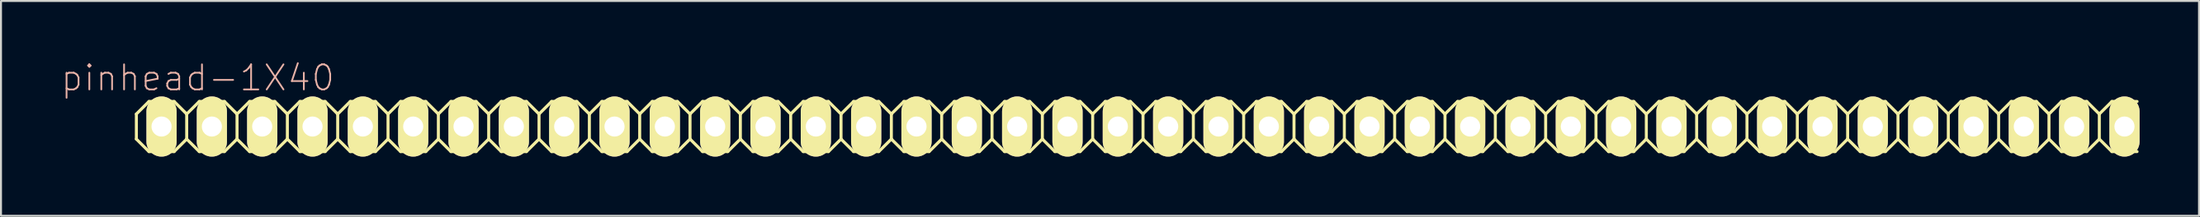
<source format=kicad_pcb>
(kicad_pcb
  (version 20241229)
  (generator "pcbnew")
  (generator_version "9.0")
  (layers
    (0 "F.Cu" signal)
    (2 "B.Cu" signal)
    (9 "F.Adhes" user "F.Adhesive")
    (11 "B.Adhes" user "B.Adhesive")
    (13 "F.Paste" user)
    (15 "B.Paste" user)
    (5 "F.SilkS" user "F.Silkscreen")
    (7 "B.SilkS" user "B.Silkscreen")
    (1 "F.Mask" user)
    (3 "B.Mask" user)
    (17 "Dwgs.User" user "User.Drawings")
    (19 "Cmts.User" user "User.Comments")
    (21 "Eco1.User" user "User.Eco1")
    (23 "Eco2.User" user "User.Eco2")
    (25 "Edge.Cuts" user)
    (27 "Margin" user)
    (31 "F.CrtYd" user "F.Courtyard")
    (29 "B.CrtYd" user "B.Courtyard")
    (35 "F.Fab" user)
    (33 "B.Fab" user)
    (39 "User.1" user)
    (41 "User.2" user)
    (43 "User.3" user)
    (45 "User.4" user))
  (footprint "pinhead-1X40"
    (layer "F.Cu")
    (at 54.632 3.363)
    (property "Reference" "pinhead-1X40" (at -47.701 -2.464 0) (layer "B.SilkS") (effects (font (size 1.27 1.27) (thickness 0.089))))
    (attr exclude_from_pos_files exclude_from_bom)
    (fp_line (start -50.8 -0.635) (end -50.8 0.635) (stroke (width 0.152) (type solid)) (layer "F.SilkS"))
    (fp_line (start -50.8 0.635) (end -50.165 1.27) (stroke (width 0.152) (type solid)) (layer "F.SilkS"))
    (fp_line (start -50.165 -1.27) (end -50.8 -0.635) (stroke (width 0.152) (type solid)) (layer "F.SilkS"))
    (fp_line (start -50.165 -1.27) (end -48.895 -1.27) (stroke (width 0.152) (type solid)) (layer "F.SilkS"))
    (fp_line (start -49.784 -0.254) (end -49.276 -0.254) (stroke (width 0.066) (type solid)) (layer "F.SilkS"))
    (fp_line (start -49.784 0.254) (end -49.784 -0.254) (stroke (width 0.066) (type solid)) (layer "F.SilkS"))
    (fp_line (start -49.784 0.254) (end -49.276 0.254) (stroke (width 0.066) (type solid)) (layer "F.SilkS"))
    (fp_line (start -49.276 0.254) (end -49.276 -0.254) (stroke (width 0.066) (type solid)) (layer "F.SilkS"))
    (fp_line (start -48.895 -1.27) (end -48.26 -0.635) (stroke (width 0.152) (type solid)) (layer "F.SilkS"))
    (fp_line (start -48.895 1.27) (end -50.165 1.27) (stroke (width 0.152) (type solid)) (layer "F.SilkS"))
    (fp_line (start -48.26 -0.635) (end -48.26 0.635) (stroke (width 0.152) (type solid)) (layer "F.SilkS"))
    (fp_line (start -48.26 -0.635) (end -47.625 -1.27) (stroke (width 0.152) (type solid)) (layer "F.SilkS"))
    (fp_line (start -48.26 0.635) (end -48.895 1.27) (stroke (width 0.152) (type solid)) (layer "F.SilkS"))
    (fp_line (start -47.625 -1.27) (end -46.355 -1.27) (stroke (width 0.152) (type solid)) (layer "F.SilkS"))
    (fp_line (start -47.625 1.27) (end -48.26 0.635) (stroke (width 0.152) (type solid)) (layer "F.SilkS"))
    (fp_line (start -47.244 -0.254) (end -46.736 -0.254) (stroke (width 0.066) (type solid)) (layer "F.SilkS"))
    (fp_line (start -47.244 0.254) (end -47.244 -0.254) (stroke (width 0.066) (type solid)) (layer "F.SilkS"))
    (fp_line (start -47.244 0.254) (end -46.736 0.254) (stroke (width 0.066) (type solid)) (layer "F.SilkS"))
    (fp_line (start -46.736 0.254) (end -46.736 -0.254) (stroke (width 0.066) (type solid)) (layer "F.SilkS"))
    (fp_line (start -46.355 -1.27) (end -45.72 -0.635) (stroke (width 0.152) (type solid)) (layer "F.SilkS"))
    (fp_line (start -46.355 1.27) (end -47.625 1.27) (stroke (width 0.152) (type solid)) (layer "F.SilkS"))
    (fp_line (start -45.72 -0.635) (end -45.72 0.635) (stroke (width 0.152) (type solid)) (layer "F.SilkS"))
    (fp_line (start -45.72 -0.635) (end -45.085 -1.27) (stroke (width 0.152) (type solid)) (layer "F.SilkS"))
    (fp_line (start -45.72 0.635) (end -46.355 1.27) (stroke (width 0.152) (type solid)) (layer "F.SilkS"))
    (fp_line (start -45.085 -1.27) (end -43.815 -1.27) (stroke (width 0.152) (type solid)) (layer "F.SilkS"))
    (fp_line (start -45.085 1.27) (end -45.72 0.635) (stroke (width 0.152) (type solid)) (layer "F.SilkS"))
    (fp_line (start -44.704 -0.254) (end -44.196 -0.254) (stroke (width 0.066) (type solid)) (layer "F.SilkS"))
    (fp_line (start -44.704 0.254) (end -44.704 -0.254) (stroke (width 0.066) (type solid)) (layer "F.SilkS"))
    (fp_line (start -44.704 0.254) (end -44.196 0.254) (stroke (width 0.066) (type solid)) (layer "F.SilkS"))
    (fp_line (start -44.196 0.254) (end -44.196 -0.254) (stroke (width 0.066) (type solid)) (layer "F.SilkS"))
    (fp_line (start -43.815 -1.27) (end -43.18 -0.635) (stroke (width 0.152) (type solid)) (layer "F.SilkS"))
    (fp_line (start -43.815 1.27) (end -45.085 1.27) (stroke (width 0.152) (type solid)) (layer "F.SilkS"))
    (fp_line (start -43.18 -0.635) (end -43.18 0.635) (stroke (width 0.152) (type solid)) (layer "F.SilkS"))
    (fp_line (start -43.18 0.635) (end -43.815 1.27) (stroke (width 0.152) (type solid)) (layer "F.SilkS"))
    (fp_line (start -43.18 0.635) (end -42.545 1.27) (stroke (width 0.152) (type solid)) (layer "F.SilkS"))
    (fp_line (start -42.545 -1.27) (end -43.18 -0.635) (stroke (width 0.152) (type solid)) (layer "F.SilkS"))
    (fp_line (start -42.545 -1.27) (end -41.275 -1.27) (stroke (width 0.152) (type solid)) (layer "F.SilkS"))
    (fp_line (start -42.164 -0.254) (end -41.656 -0.254) (stroke (width 0.066) (type solid)) (layer "F.SilkS"))
    (fp_line (start -42.164 0.254) (end -42.164 -0.254) (stroke (width 0.066) (type solid)) (layer "F.SilkS"))
    (fp_line (start -42.164 0.254) (end -41.656 0.254) (stroke (width 0.066) (type solid)) (layer "F.SilkS"))
    (fp_line (start -41.656 0.254) (end -41.656 -0.254) (stroke (width 0.066) (type solid)) (layer "F.SilkS"))
    (fp_line (start -41.275 -1.27) (end -40.64 -0.635) (stroke (width 0.152) (type solid)) (layer "F.SilkS"))
    (fp_line (start -41.275 1.27) (end -42.545 1.27) (stroke (width 0.152) (type solid)) (layer "F.SilkS"))
    (fp_line (start -40.64 -0.635) (end -40.64 0.635) (stroke (width 0.152) (type solid)) (layer "F.SilkS"))
    (fp_line (start -40.64 -0.635) (end -40.005 -1.27) (stroke (width 0.152) (type solid)) (layer "F.SilkS"))
    (fp_line (start -40.64 0.635) (end -41.275 1.27) (stroke (width 0.152) (type solid)) (layer "F.SilkS"))
    (fp_line (start -40.005 -1.27) (end -38.735 -1.27) (stroke (width 0.152) (type solid)) (layer "F.SilkS"))
    (fp_line (start -40.005 1.27) (end -40.64 0.635) (stroke (width 0.152) (type solid)) (layer "F.SilkS"))
    (fp_line (start -39.624 -0.254) (end -39.116 -0.254) (stroke (width 0.066) (type solid)) (layer "F.SilkS"))
    (fp_line (start -39.624 0.254) (end -39.624 -0.254) (stroke (width 0.066) (type solid)) (layer "F.SilkS"))
    (fp_line (start -39.624 0.254) (end -39.116 0.254) (stroke (width 0.066) (type solid)) (layer "F.SilkS"))
    (fp_line (start -39.116 0.254) (end -39.116 -0.254) (stroke (width 0.066) (type solid)) (layer "F.SilkS"))
    (fp_line (start -38.735 -1.27) (end -38.1 -0.635) (stroke (width 0.152) (type solid)) (layer "F.SilkS"))
    (fp_line (start -38.735 1.27) (end -40.005 1.27) (stroke (width 0.152) (type solid)) (layer "F.SilkS"))
    (fp_line (start -38.1 -0.635) (end -38.1 0.635) (stroke (width 0.152) (type solid)) (layer "F.SilkS"))
    (fp_line (start -38.1 -0.635) (end -37.465 -1.27) (stroke (width 0.152) (type solid)) (layer "F.SilkS"))
    (fp_line (start -38.1 0.635) (end -38.735 1.27) (stroke (width 0.152) (type solid)) (layer "F.SilkS"))
    (fp_line (start -37.465 -1.27) (end -36.195 -1.27) (stroke (width 0.152) (type solid)) (layer "F.SilkS"))
    (fp_line (start -37.465 1.27) (end -38.1 0.635) (stroke (width 0.152) (type solid)) (layer "F.SilkS"))
    (fp_line (start -37.084 -0.254) (end -36.576 -0.254) (stroke (width 0.066) (type solid)) (layer "F.SilkS"))
    (fp_line (start -37.084 0.254) (end -37.084 -0.254) (stroke (width 0.066) (type solid)) (layer "F.SilkS"))
    (fp_line (start -37.084 0.254) (end -36.576 0.254) (stroke (width 0.066) (type solid)) (layer "F.SilkS"))
    (fp_line (start -36.576 0.254) (end -36.576 -0.254) (stroke (width 0.066) (type solid)) (layer "F.SilkS"))
    (fp_line (start -36.195 -1.27) (end -35.56 -0.635) (stroke (width 0.152) (type solid)) (layer "F.SilkS"))
    (fp_line (start -36.195 1.27) (end -37.465 1.27) (stroke (width 0.152) (type solid)) (layer "F.SilkS"))
    (fp_line (start -35.56 -0.635) (end -35.56 0.635) (stroke (width 0.152) (type solid)) (layer "F.SilkS"))
    (fp_line (start -35.56 0.635) (end -36.195 1.27) (stroke (width 0.152) (type solid)) (layer "F.SilkS"))
    (fp_line (start -35.56 0.635) (end -34.925 1.27) (stroke (width 0.152) (type solid)) (layer "F.SilkS"))
    (fp_line (start -34.925 -1.27) (end -35.56 -0.635) (stroke (width 0.152) (type solid)) (layer "F.SilkS"))
    (fp_line (start -34.925 -1.27) (end -33.655 -1.27) (stroke (width 0.152) (type solid)) (layer "F.SilkS"))
    (fp_line (start -34.544 -0.254) (end -34.036 -0.254) (stroke (width 0.066) (type solid)) (layer "F.SilkS"))
    (fp_line (start -34.544 0.254) (end -34.544 -0.254) (stroke (width 0.066) (type solid)) (layer "F.SilkS"))
    (fp_line (start -34.544 0.254) (end -34.036 0.254) (stroke (width 0.066) (type solid)) (layer "F.SilkS"))
    (fp_line (start -34.036 0.254) (end -34.036 -0.254) (stroke (width 0.066) (type solid)) (layer "F.SilkS"))
    (fp_line (start -33.655 -1.27) (end -33.02 -0.635) (stroke (width 0.152) (type solid)) (layer "F.SilkS"))
    (fp_line (start -33.655 1.27) (end -34.925 1.27) (stroke (width 0.152) (type solid)) (layer "F.SilkS"))
    (fp_line (start -33.02 -0.635) (end -33.02 0.635) (stroke (width 0.152) (type solid)) (layer "F.SilkS"))
    (fp_line (start -33.02 -0.635) (end -32.385 -1.27) (stroke (width 0.152) (type solid)) (layer "F.SilkS"))
    (fp_line (start -33.02 0.635) (end -33.655 1.27) (stroke (width 0.152) (type solid)) (layer "F.SilkS"))
    (fp_line (start -32.385 -1.27) (end -31.115 -1.27) (stroke (width 0.152) (type solid)) (layer "F.SilkS"))
    (fp_line (start -32.385 1.27) (end -33.02 0.635) (stroke (width 0.152) (type solid)) (layer "F.SilkS"))
    (fp_line (start -32.004 -0.254) (end -31.496 -0.254) (stroke (width 0.066) (type solid)) (layer "F.SilkS"))
    (fp_line (start -32.004 0.254) (end -32.004 -0.254) (stroke (width 0.066) (type solid)) (layer "F.SilkS"))
    (fp_line (start -32.004 0.254) (end -31.496 0.254) (stroke (width 0.066) (type solid)) (layer "F.SilkS"))
    (fp_line (start -31.496 0.254) (end -31.496 -0.254) (stroke (width 0.066) (type solid)) (layer "F.SilkS"))
    (fp_line (start -31.115 -1.27) (end -30.48 -0.635) (stroke (width 0.152) (type solid)) (layer "F.SilkS"))
    (fp_line (start -31.115 1.27) (end -32.385 1.27) (stroke (width 0.152) (type solid)) (layer "F.SilkS"))
    (fp_line (start -30.48 -0.635) (end -30.48 0.635) (stroke (width 0.152) (type solid)) (layer "F.SilkS"))
    (fp_line (start -30.48 -0.635) (end -29.845 -1.27) (stroke (width 0.152) (type solid)) (layer "F.SilkS"))
    (fp_line (start -30.48 0.635) (end -31.115 1.27) (stroke (width 0.152) (type solid)) (layer "F.SilkS"))
    (fp_line (start -29.845 -1.27) (end -28.575 -1.27) (stroke (width 0.152) (type solid)) (layer "F.SilkS"))
    (fp_line (start -29.845 1.27) (end -30.48 0.635) (stroke (width 0.152) (type solid)) (layer "F.SilkS"))
    (fp_line (start -29.464 -0.254) (end -28.953 -0.254) (stroke (width 0.066) (type solid)) (layer "F.SilkS"))
    (fp_line (start -29.464 0.254) (end -29.464 -0.254) (stroke (width 0.066) (type solid)) (layer "F.SilkS"))
    (fp_line (start -29.464 0.254) (end -28.953 0.254) (stroke (width 0.066) (type solid)) (layer "F.SilkS"))
    (fp_line (start -28.953 0.254) (end -28.953 -0.254) (stroke (width 0.066) (type solid)) (layer "F.SilkS"))
    (fp_line (start -28.575 -1.27) (end -27.94 -0.635) (stroke (width 0.152) (type solid)) (layer "F.SilkS"))
    (fp_line (start -28.575 1.27) (end -29.845 1.27) (stroke (width 0.152) (type solid)) (layer "F.SilkS"))
    (fp_line (start -27.94 -0.635) (end -27.94 0.635) (stroke (width 0.152) (type solid)) (layer "F.SilkS"))
    (fp_line (start -27.94 0.635) (end -28.575 1.27) (stroke (width 0.152) (type solid)) (layer "F.SilkS"))
    (fp_line (start -27.94 0.635) (end -27.305 1.27) (stroke (width 0.152) (type solid)) (layer "F.SilkS"))
    (fp_line (start -27.305 -1.27) (end -27.94 -0.635) (stroke (width 0.152) (type solid)) (layer "F.SilkS"))
    (fp_line (start -27.305 -1.27) (end -26.035 -1.27) (stroke (width 0.152) (type solid)) (layer "F.SilkS"))
    (fp_line (start -26.924 -0.254) (end -26.416 -0.254) (stroke (width 0.066) (type solid)) (layer "F.SilkS"))
    (fp_line (start -26.924 0.254) (end -26.924 -0.254) (stroke (width 0.066) (type solid)) (layer "F.SilkS"))
    (fp_line (start -26.924 0.254) (end -26.416 0.254) (stroke (width 0.066) (type solid)) (layer "F.SilkS"))
    (fp_line (start -26.416 0.254) (end -26.416 -0.254) (stroke (width 0.066) (type solid)) (layer "F.SilkS"))
    (fp_line (start -26.035 -1.27) (end -25.4 -0.635) (stroke (width 0.152) (type solid)) (layer "F.SilkS"))
    (fp_line (start -26.035 1.27) (end -27.305 1.27) (stroke (width 0.152) (type solid)) (layer "F.SilkS"))
    (fp_line (start -25.4 -0.635) (end -25.4 0.635) (stroke (width 0.152) (type solid)) (layer "F.SilkS"))
    (fp_line (start -25.4 -0.635) (end -24.765 -1.27) (stroke (width 0.152) (type solid)) (layer "F.SilkS"))
    (fp_line (start -25.4 0.635) (end -26.035 1.27) (stroke (width 0.152) (type solid)) (layer "F.SilkS"))
    (fp_line (start -24.765 -1.27) (end -23.495 -1.27) (stroke (width 0.152) (type solid)) (layer "F.SilkS"))
    (fp_line (start -24.765 1.27) (end -25.4 0.635) (stroke (width 0.152) (type solid)) (layer "F.SilkS"))
    (fp_line (start -24.384 -0.254) (end -23.876 -0.254) (stroke (width 0.066) (type solid)) (layer "F.SilkS"))
    (fp_line (start -24.384 0.254) (end -24.384 -0.254) (stroke (width 0.066) (type solid)) (layer "F.SilkS"))
    (fp_line (start -24.384 0.254) (end -23.876 0.254) (stroke (width 0.066) (type solid)) (layer "F.SilkS"))
    (fp_line (start -23.876 0.254) (end -23.876 -0.254) (stroke (width 0.066) (type solid)) (layer "F.SilkS"))
    (fp_line (start -23.495 -1.27) (end -22.86 -0.635) (stroke (width 0.152) (type solid)) (layer "F.SilkS"))
    (fp_line (start -23.495 1.27) (end -24.765 1.27) (stroke (width 0.152) (type solid)) (layer "F.SilkS"))
    (fp_line (start -22.86 -0.635) (end -22.86 0.635) (stroke (width 0.152) (type solid)) (layer "F.SilkS"))
    (fp_line (start -22.86 -0.635) (end -22.225 -1.27) (stroke (width 0.152) (type solid)) (layer "F.SilkS"))
    (fp_line (start -22.86 0.635) (end -23.495 1.27) (stroke (width 0.152) (type solid)) (layer "F.SilkS"))
    (fp_line (start -22.225 -1.27) (end -20.955 -1.27) (stroke (width 0.152) (type solid)) (layer "F.SilkS"))
    (fp_line (start -22.225 1.27) (end -22.86 0.635) (stroke (width 0.152) (type solid)) (layer "F.SilkS"))
    (fp_line (start -21.844 -0.254) (end -21.336 -0.254) (stroke (width 0.066) (type solid)) (layer "F.SilkS"))
    (fp_line (start -21.844 0.254) (end -21.844 -0.254) (stroke (width 0.066) (type solid)) (layer "F.SilkS"))
    (fp_line (start -21.844 0.254) (end -21.336 0.254) (stroke (width 0.066) (type solid)) (layer "F.SilkS"))
    (fp_line (start -21.336 0.254) (end -21.336 -0.254) (stroke (width 0.066) (type solid)) (layer "F.SilkS"))
    (fp_line (start -20.955 -1.27) (end -20.32 -0.635) (stroke (width 0.152) (type solid)) (layer "F.SilkS"))
    (fp_line (start -20.955 1.27) (end -22.225 1.27) (stroke (width 0.152) (type solid)) (layer "F.SilkS"))
    (fp_line (start -20.32 -0.635) (end -20.32 0.635) (stroke (width 0.152) (type solid)) (layer "F.SilkS"))
    (fp_line (start -20.32 0.635) (end -20.955 1.27) (stroke (width 0.152) (type solid)) (layer "F.SilkS"))
    (fp_line (start -20.32 0.635) (end -19.685 1.27) (stroke (width 0.152) (type solid)) (layer "F.SilkS"))
    (fp_line (start -19.685 -1.27) (end -20.32 -0.635) (stroke (width 0.152) (type solid)) (layer "F.SilkS"))
    (fp_line (start -19.685 -1.27) (end -18.415 -1.27) (stroke (width 0.152) (type solid)) (layer "F.SilkS"))
    (fp_line (start -19.304 -0.254) (end -18.796 -0.254) (stroke (width 0.066) (type solid)) (layer "F.SilkS"))
    (fp_line (start -19.304 0.254) (end -19.304 -0.254) (stroke (width 0.066) (type solid)) (layer "F.SilkS"))
    (fp_line (start -19.304 0.254) (end -18.796 0.254) (stroke (width 0.066) (type solid)) (layer "F.SilkS"))
    (fp_line (start -18.796 0.254) (end -18.796 -0.254) (stroke (width 0.066) (type solid)) (layer "F.SilkS"))
    (fp_line (start -18.415 -1.27) (end -17.78 -0.635) (stroke (width 0.152) (type solid)) (layer "F.SilkS"))
    (fp_line (start -18.415 1.27) (end -19.685 1.27) (stroke (width 0.152) (type solid)) (layer "F.SilkS"))
    (fp_line (start -17.78 -0.635) (end -17.78 0.635) (stroke (width 0.152) (type solid)) (layer "F.SilkS"))
    (fp_line (start -17.78 -0.635) (end -17.145 -1.27) (stroke (width 0.152) (type solid)) (layer "F.SilkS"))
    (fp_line (start -17.78 0.635) (end -18.415 1.27) (stroke (width 0.152) (type solid)) (layer "F.SilkS"))
    (fp_line (start -17.145 -1.27) (end -15.875 -1.27) (stroke (width 0.152) (type solid)) (layer "F.SilkS"))
    (fp_line (start -17.145 1.27) (end -17.78 0.635) (stroke (width 0.152) (type solid)) (layer "F.SilkS"))
    (fp_line (start -16.764 -0.254) (end -16.256 -0.254) (stroke (width 0.066) (type solid)) (layer "F.SilkS"))
    (fp_line (start -16.764 0.254) (end -16.764 -0.254) (stroke (width 0.066) (type solid)) (layer "F.SilkS"))
    (fp_line (start -16.764 0.254) (end -16.256 0.254) (stroke (width 0.066) (type solid)) (layer "F.SilkS"))
    (fp_line (start -16.256 0.254) (end -16.256 -0.254) (stroke (width 0.066) (type solid)) (layer "F.SilkS"))
    (fp_line (start -15.875 -1.27) (end -15.24 -0.635) (stroke (width 0.152) (type solid)) (layer "F.SilkS"))
    (fp_line (start -15.875 1.27) (end -17.145 1.27) (stroke (width 0.152) (type solid)) (layer "F.SilkS"))
    (fp_line (start -15.24 -0.635) (end -15.24 0.635) (stroke (width 0.152) (type solid)) (layer "F.SilkS"))
    (fp_line (start -15.24 -0.635) (end -14.605 -1.27) (stroke (width 0.152) (type solid)) (layer "F.SilkS"))
    (fp_line (start -15.24 0.635) (end -15.875 1.27) (stroke (width 0.152) (type solid)) (layer "F.SilkS"))
    (fp_line (start -14.605 -1.27) (end -13.335 -1.27) (stroke (width 0.152) (type solid)) (layer "F.SilkS"))
    (fp_line (start -14.605 1.27) (end -15.24 0.635) (stroke (width 0.152) (type solid)) (layer "F.SilkS"))
    (fp_line (start -14.224 -0.254) (end -13.716 -0.254) (stroke (width 0.066) (type solid)) (layer "F.SilkS"))
    (fp_line (start -14.224 0.254) (end -14.224 -0.254) (stroke (width 0.066) (type solid)) (layer "F.SilkS"))
    (fp_line (start -14.224 0.254) (end -13.716 0.254) (stroke (width 0.066) (type solid)) (layer "F.SilkS"))
    (fp_line (start -13.716 0.254) (end -13.716 -0.254) (stroke (width 0.066) (type solid)) (layer "F.SilkS"))
    (fp_line (start -13.335 -1.27) (end -12.7 -0.635) (stroke (width 0.152) (type solid)) (layer "F.SilkS"))
    (fp_line (start -13.335 1.27) (end -14.605 1.27) (stroke (width 0.152) (type solid)) (layer "F.SilkS"))
    (fp_line (start -12.7 -0.635) (end -12.7 0.635) (stroke (width 0.152) (type solid)) (layer "F.SilkS"))
    (fp_line (start -12.7 0.635) (end -13.335 1.27) (stroke (width 0.152) (type solid)) (layer "F.SilkS"))
    (fp_line (start -12.7 0.635) (end -12.065 1.27) (stroke (width 0.152) (type solid)) (layer "F.SilkS"))
    (fp_line (start -12.065 -1.27) (end -12.7 -0.635) (stroke (width 0.152) (type solid)) (layer "F.SilkS"))
    (fp_line (start -12.065 -1.27) (end -10.795 -1.27) (stroke (width 0.152) (type solid)) (layer "F.SilkS"))
    (fp_line (start -11.684 -0.254) (end -11.176 -0.254) (stroke (width 0.066) (type solid)) (layer "F.SilkS"))
    (fp_line (start -11.684 0.254) (end -11.684 -0.254) (stroke (width 0.066) (type solid)) (layer "F.SilkS"))
    (fp_line (start -11.684 0.254) (end -11.176 0.254) (stroke (width 0.066) (type solid)) (layer "F.SilkS"))
    (fp_line (start -11.176 0.254) (end -11.176 -0.254) (stroke (width 0.066) (type solid)) (layer "F.SilkS"))
    (fp_line (start -10.795 -1.27) (end -10.16 -0.635) (stroke (width 0.152) (type solid)) (layer "F.SilkS"))
    (fp_line (start -10.795 1.27) (end -12.065 1.27) (stroke (width 0.152) (type solid)) (layer "F.SilkS"))
    (fp_line (start -10.16 -0.635) (end -10.16 0.635) (stroke (width 0.152) (type solid)) (layer "F.SilkS"))
    (fp_line (start -10.16 -0.635) (end -9.525 -1.27) (stroke (width 0.152) (type solid)) (layer "F.SilkS"))
    (fp_line (start -10.16 0.635) (end -10.795 1.27) (stroke (width 0.152) (type solid)) (layer "F.SilkS"))
    (fp_line (start -9.525 -1.27) (end -8.255 -1.27) (stroke (width 0.152) (type solid)) (layer "F.SilkS"))
    (fp_line (start -9.525 1.27) (end -10.16 0.635) (stroke (width 0.152) (type solid)) (layer "F.SilkS"))
    (fp_line (start -9.144 -0.254) (end -8.636 -0.254) (stroke (width 0.066) (type solid)) (layer "F.SilkS"))
    (fp_line (start -9.144 0.254) (end -9.144 -0.254) (stroke (width 0.066) (type solid)) (layer "F.SilkS"))
    (fp_line (start -9.144 0.254) (end -8.636 0.254) (stroke (width 0.066) (type solid)) (layer "F.SilkS"))
    (fp_line (start -8.636 0.254) (end -8.636 -0.254) (stroke (width 0.066) (type solid)) (layer "F.SilkS"))
    (fp_line (start -8.255 -1.27) (end -7.62 -0.635) (stroke (width 0.152) (type solid)) (layer "F.SilkS"))
    (fp_line (start -8.255 1.27) (end -9.525 1.27) (stroke (width 0.152) (type solid)) (layer "F.SilkS"))
    (fp_line (start -7.62 -0.635) (end -7.62 0.635) (stroke (width 0.152) (type solid)) (layer "F.SilkS"))
    (fp_line (start -7.62 -0.635) (end -6.985 -1.27) (stroke (width 0.152) (type solid)) (layer "F.SilkS"))
    (fp_line (start -7.62 0.635) (end -8.255 1.27) (stroke (width 0.152) (type solid)) (layer "F.SilkS"))
    (fp_line (start -6.985 -1.27) (end -5.715 -1.27) (stroke (width 0.152) (type solid)) (layer "F.SilkS"))
    (fp_line (start -6.985 1.27) (end -7.62 0.635) (stroke (width 0.152) (type solid)) (layer "F.SilkS"))
    (fp_line (start -6.604 -0.254) (end -6.096 -0.254) (stroke (width 0.066) (type solid)) (layer "F.SilkS"))
    (fp_line (start -6.604 0.254) (end -6.604 -0.254) (stroke (width 0.066) (type solid)) (layer "F.SilkS"))
    (fp_line (start -6.604 0.254) (end -6.096 0.254) (stroke (width 0.066) (type solid)) (layer "F.SilkS"))
    (fp_line (start -6.096 0.254) (end -6.096 -0.254) (stroke (width 0.066) (type solid)) (layer "F.SilkS"))
    (fp_line (start -5.715 -1.27) (end -5.08 -0.635) (stroke (width 0.152) (type solid)) (layer "F.SilkS"))
    (fp_line (start -5.715 1.27) (end -6.985 1.27) (stroke (width 0.152) (type solid)) (layer "F.SilkS"))
    (fp_line (start -5.08 -0.635) (end -5.08 0.635) (stroke (width 0.152) (type solid)) (layer "F.SilkS"))
    (fp_line (start -5.08 0.635) (end -5.715 1.27) (stroke (width 0.152) (type solid)) (layer "F.SilkS"))
    (fp_line (start -5.08 0.635) (end -4.445 1.27) (stroke (width 0.152) (type solid)) (layer "F.SilkS"))
    (fp_line (start -4.445 -1.27) (end -5.08 -0.635) (stroke (width 0.152) (type solid)) (layer "F.SilkS"))
    (fp_line (start -4.445 -1.27) (end -3.175 -1.27) (stroke (width 0.152) (type solid)) (layer "F.SilkS"))
    (fp_line (start -4.064 -0.254) (end -3.556 -0.254) (stroke (width 0.066) (type solid)) (layer "F.SilkS"))
    (fp_line (start -4.064 0.254) (end -4.064 -0.254) (stroke (width 0.066) (type solid)) (layer "F.SilkS"))
    (fp_line (start -4.064 0.254) (end -3.556 0.254) (stroke (width 0.066) (type solid)) (layer "F.SilkS"))
    (fp_line (start -3.556 0.254) (end -3.556 -0.254) (stroke (width 0.066) (type solid)) (layer "F.SilkS"))
    (fp_line (start -3.175 -1.27) (end -2.54 -0.635) (stroke (width 0.152) (type solid)) (layer "F.SilkS"))
    (fp_line (start -3.175 1.27) (end -4.445 1.27) (stroke (width 0.152) (type solid)) (layer "F.SilkS"))
    (fp_line (start -2.54 -0.635) (end -2.54 0.635) (stroke (width 0.152) (type solid)) (layer "F.SilkS"))
    (fp_line (start -2.54 0.635) (end -3.175 1.27) (stroke (width 0.152) (type solid)) (layer "F.SilkS"))
    (fp_line (start -2.54 0.635) (end -1.905 1.27) (stroke (width 0.152) (type solid)) (layer "F.SilkS"))
    (fp_line (start -1.905 -1.27) (end -2.54 -0.635) (stroke (width 0.152) (type solid)) (layer "F.SilkS"))
    (fp_line (start -1.905 -1.27) (end -0.635 -1.27) (stroke (width 0.152) (type solid)) (layer "F.SilkS"))
    (fp_line (start -1.524 -0.254) (end -1.016 -0.254) (stroke (width 0.066) (type solid)) (layer "F.SilkS"))
    (fp_line (start -1.524 0.254) (end -1.524 -0.254) (stroke (width 0.066) (type solid)) (layer "F.SilkS"))
    (fp_line (start -1.524 0.254) (end -1.016 0.254) (stroke (width 0.066) (type solid)) (layer "F.SilkS"))
    (fp_line (start -1.016 0.254) (end -1.016 -0.254) (stroke (width 0.066) (type solid)) (layer "F.SilkS"))
    (fp_line (start -0.635 -1.27) (end 0 -0.635) (stroke (width 0.152) (type solid)) (layer "F.SilkS"))
    (fp_line (start -0.635 1.27) (end -1.905 1.27) (stroke (width 0.152) (type solid)) (layer "F.SilkS"))
    (fp_line (start 0 -0.635) (end 0 0.635) (stroke (width 0.152) (type solid)) (layer "F.SilkS"))
    (fp_line (start 0 0.635) (end -0.635 1.27) (stroke (width 0.152) (type solid)) (layer "F.SilkS"))
    (fp_line (start 0 0.635) (end 0.635 1.27) (stroke (width 0.152) (type solid)) (layer "F.SilkS"))
    (fp_line (start 0.635 -1.27) (end 0 -0.635) (stroke (width 0.152) (type solid)) (layer "F.SilkS"))
    (fp_line (start 0.635 -1.27) (end 1.905 -1.27) (stroke (width 0.152) (type solid)) (layer "F.SilkS"))
    (fp_line (start 1.016 -0.254) (end 1.524 -0.254) (stroke (width 0.066) (type solid)) (layer "F.SilkS"))
    (fp_line (start 1.016 0.254) (end 1.016 -0.254) (stroke (width 0.066) (type solid)) (layer "F.SilkS"))
    (fp_line (start 1.016 0.254) (end 1.524 0.254) (stroke (width 0.066) (type solid)) (layer "F.SilkS"))
    (fp_line (start 1.524 0.254) (end 1.524 -0.254) (stroke (width 0.066) (type solid)) (layer "F.SilkS"))
    (fp_line (start 1.905 -1.27) (end 2.54 -0.635) (stroke (width 0.152) (type solid)) (layer "F.SilkS"))
    (fp_line (start 1.905 1.27) (end 0.635 1.27) (stroke (width 0.152) (type solid)) (layer "F.SilkS"))
    (fp_line (start 2.54 -0.635) (end 2.54 0.635) (stroke (width 0.152) (type solid)) (layer "F.SilkS"))
    (fp_line (start 2.54 0.635) (end 1.905 1.27) (stroke (width 0.152) (type solid)) (layer "F.SilkS"))
    (fp_line (start 2.54 0.635) (end 3.175 1.27) (stroke (width 0.152) (type solid)) (layer "F.SilkS"))
    (fp_line (start 3.175 -1.27) (end 2.54 -0.635) (stroke (width 0.152) (type solid)) (layer "F.SilkS"))
    (fp_line (start 3.175 -1.27) (end 4.445 -1.27) (stroke (width 0.152) (type solid)) (layer "F.SilkS"))
    (fp_line (start 3.556 -0.254) (end 4.064 -0.254) (stroke (width 0.066) (type solid)) (layer "F.SilkS"))
    (fp_line (start 3.556 0.254) (end 3.556 -0.254) (stroke (width 0.066) (type solid)) (layer "F.SilkS"))
    (fp_line (start 3.556 0.254) (end 4.064 0.254) (stroke (width 0.066) (type solid)) (layer "F.SilkS"))
    (fp_line (start 4.064 0.254) (end 4.064 -0.254) (stroke (width 0.066) (type solid)) (layer "F.SilkS"))
    (fp_line (start 4.445 -1.27) (end 5.08 -0.635) (stroke (width 0.152) (type solid)) (layer "F.SilkS"))
    (fp_line (start 4.445 1.27) (end 3.175 1.27) (stroke (width 0.152) (type solid)) (layer "F.SilkS"))
    (fp_line (start 5.08 -0.635) (end 5.08 0.635) (stroke (width 0.152) (type solid)) (layer "F.SilkS"))
    (fp_line (start 5.08 0.635) (end 4.445 1.27) (stroke (width 0.152) (type solid)) (layer "F.SilkS"))
    (fp_line (start 5.08 0.635) (end 5.715 1.27) (stroke (width 0.152) (type solid)) (layer "F.SilkS"))
    (fp_line (start 5.715 -1.27) (end 5.08 -0.635) (stroke (width 0.152) (type solid)) (layer "F.SilkS"))
    (fp_line (start 5.715 -1.27) (end 6.985 -1.27) (stroke (width 0.152) (type solid)) (layer "F.SilkS"))
    (fp_line (start 6.096 -0.254) (end 6.604 -0.254) (stroke (width 0.066) (type solid)) (layer "F.SilkS"))
    (fp_line (start 6.096 0.254) (end 6.096 -0.254) (stroke (width 0.066) (type solid)) (layer "F.SilkS"))
    (fp_line (start 6.096 0.254) (end 6.604 0.254) (stroke (width 0.066) (type solid)) (layer "F.SilkS"))
    (fp_line (start 6.604 0.254) (end 6.604 -0.254) (stroke (width 0.066) (type solid)) (layer "F.SilkS"))
    (fp_line (start 6.985 -1.27) (end 7.62 -0.635) (stroke (width 0.152) (type solid)) (layer "F.SilkS"))
    (fp_line (start 6.985 1.27) (end 5.715 1.27) (stroke (width 0.152) (type solid)) (layer "F.SilkS"))
    (fp_line (start 7.62 -0.635) (end 7.62 0.635) (stroke (width 0.152) (type solid)) (layer "F.SilkS"))
    (fp_line (start 7.62 0.635) (end 6.985 1.27) (stroke (width 0.152) (type solid)) (layer "F.SilkS"))
    (fp_line (start 7.62 0.635) (end 8.255 1.27) (stroke (width 0.152) (type solid)) (layer "F.SilkS"))
    (fp_line (start 8.255 -1.27) (end 7.62 -0.635) (stroke (width 0.152) (type solid)) (layer "F.SilkS"))
    (fp_line (start 8.255 -1.27) (end 9.525 -1.27) (stroke (width 0.152) (type solid)) (layer "F.SilkS"))
    (fp_line (start 8.636 -0.254) (end 9.144 -0.254) (stroke (width 0.066) (type solid)) (layer "F.SilkS"))
    (fp_line (start 8.636 0.254) (end 8.636 -0.254) (stroke (width 0.066) (type solid)) (layer "F.SilkS"))
    (fp_line (start 8.636 0.254) (end 9.144 0.254) (stroke (width 0.066) (type solid)) (layer "F.SilkS"))
    (fp_line (start 9.144 0.254) (end 9.144 -0.254) (stroke (width 0.066) (type solid)) (layer "F.SilkS"))
    (fp_line (start 9.525 -1.27) (end 10.16 -0.635) (stroke (width 0.152) (type solid)) (layer "F.SilkS"))
    (fp_line (start 9.525 1.27) (end 8.255 1.27) (stroke (width 0.152) (type solid)) (layer "F.SilkS"))
    (fp_line (start 10.16 -0.635) (end 10.16 0.635) (stroke (width 0.152) (type solid)) (layer "F.SilkS"))
    (fp_line (start 10.16 0.635) (end 9.525 1.27) (stroke (width 0.152) (type solid)) (layer "F.SilkS"))
    (fp_line (start 10.16 0.635) (end 10.795 1.27) (stroke (width 0.152) (type solid)) (layer "F.SilkS"))
    (fp_line (start 10.795 -1.27) (end 10.16 -0.635) (stroke (width 0.152) (type solid)) (layer "F.SilkS"))
    (fp_line (start 10.795 -1.27) (end 12.065 -1.27) (stroke (width 0.152) (type solid)) (layer "F.SilkS"))
    (fp_line (start 11.176 -0.254) (end 11.684 -0.254) (stroke (width 0.066) (type solid)) (layer "F.SilkS"))
    (fp_line (start 11.176 0.254) (end 11.176 -0.254) (stroke (width 0.066) (type solid)) (layer "F.SilkS"))
    (fp_line (start 11.176 0.254) (end 11.684 0.254) (stroke (width 0.066) (type solid)) (layer "F.SilkS"))
    (fp_line (start 11.684 0.254) (end 11.684 -0.254) (stroke (width 0.066) (type solid)) (layer "F.SilkS"))
    (fp_line (start 12.065 -1.27) (end 12.7 -0.635) (stroke (width 0.152) (type solid)) (layer "F.SilkS"))
    (fp_line (start 12.065 1.27) (end 10.795 1.27) (stroke (width 0.152) (type solid)) (layer "F.SilkS"))
    (fp_line (start 12.7 -0.635) (end 12.7 0.635) (stroke (width 0.152) (type solid)) (layer "F.SilkS"))
    (fp_line (start 12.7 0.635) (end 12.065 1.27) (stroke (width 0.152) (type solid)) (layer "F.SilkS"))
    (fp_line (start 12.7 0.635) (end 13.335 1.27) (stroke (width 0.152) (type solid)) (layer "F.SilkS"))
    (fp_line (start 13.335 -1.27) (end 12.7 -0.635) (stroke (width 0.152) (type solid)) (layer "F.SilkS"))
    (fp_line (start 13.335 -1.27) (end 14.605 -1.27) (stroke (width 0.152) (type solid)) (layer "F.SilkS"))
    (fp_line (start 13.716 -0.254) (end 14.224 -0.254) (stroke (width 0.066) (type solid)) (layer "F.SilkS"))
    (fp_line (start 13.716 0.254) (end 13.716 -0.254) (stroke (width 0.066) (type solid)) (layer "F.SilkS"))
    (fp_line (start 13.716 0.254) (end 14.224 0.254) (stroke (width 0.066) (type solid)) (layer "F.SilkS"))
    (fp_line (start 14.224 0.254) (end 14.224 -0.254) (stroke (width 0.066) (type solid)) (layer "F.SilkS"))
    (fp_line (start 14.605 -1.27) (end 15.24 -0.635) (stroke (width 0.152) (type solid)) (layer "F.SilkS"))
    (fp_line (start 14.605 1.27) (end 13.335 1.27) (stroke (width 0.152) (type solid)) (layer "F.SilkS"))
    (fp_line (start 15.24 -0.635) (end 15.24 0.635) (stroke (width 0.152) (type solid)) (layer "F.SilkS"))
    (fp_line (start 15.24 0.635) (end 14.605 1.27) (stroke (width 0.152) (type solid)) (layer "F.SilkS"))
    (fp_line (start 15.24 0.635) (end 15.875 1.27) (stroke (width 0.152) (type solid)) (layer "F.SilkS"))
    (fp_line (start 15.875 -1.27) (end 15.24 -0.635) (stroke (width 0.152) (type solid)) (layer "F.SilkS"))
    (fp_line (start 15.875 -1.27) (end 17.145 -1.27) (stroke (width 0.152) (type solid)) (layer "F.SilkS"))
    (fp_line (start 16.256 -0.254) (end 16.764 -0.254) (stroke (width 0.066) (type solid)) (layer "F.SilkS"))
    (fp_line (start 16.256 0.254) (end 16.256 -0.254) (stroke (width 0.066) (type solid)) (layer "F.SilkS"))
    (fp_line (start 16.256 0.254) (end 16.764 0.254) (stroke (width 0.066) (type solid)) (layer "F.SilkS"))
    (fp_line (start 16.764 0.254) (end 16.764 -0.254) (stroke (width 0.066) (type solid)) (layer "F.SilkS"))
    (fp_line (start 17.145 -1.27) (end 17.78 -0.635) (stroke (width 0.152) (type solid)) (layer "F.SilkS"))
    (fp_line (start 17.145 1.27) (end 15.875 1.27) (stroke (width 0.152) (type solid)) (layer "F.SilkS"))
    (fp_line (start 17.78 -0.635) (end 17.78 0.635) (stroke (width 0.152) (type solid)) (layer "F.SilkS"))
    (fp_line (start 17.78 0.635) (end 17.145 1.27) (stroke (width 0.152) (type solid)) (layer "F.SilkS"))
    (fp_line (start 17.78 0.635) (end 18.415 1.27) (stroke (width 0.152) (type solid)) (layer "F.SilkS"))
    (fp_line (start 18.415 -1.27) (end 17.78 -0.635) (stroke (width 0.152) (type solid)) (layer "F.SilkS"))
    (fp_line (start 18.415 -1.27) (end 19.685 -1.27) (stroke (width 0.152) (type solid)) (layer "F.SilkS"))
    (fp_line (start 18.796 -0.254) (end 19.304 -0.254) (stroke (width 0.066) (type solid)) (layer "F.SilkS"))
    (fp_line (start 18.796 0.254) (end 18.796 -0.254) (stroke (width 0.066) (type solid)) (layer "F.SilkS"))
    (fp_line (start 18.796 0.254) (end 19.304 0.254) (stroke (width 0.066) (type solid)) (layer "F.SilkS"))
    (fp_line (start 19.304 0.254) (end 19.304 -0.254) (stroke (width 0.066) (type solid)) (layer "F.SilkS"))
    (fp_line (start 19.685 -1.27) (end 20.32 -0.635) (stroke (width 0.152) (type solid)) (layer "F.SilkS"))
    (fp_line (start 19.685 1.27) (end 18.415 1.27) (stroke (width 0.152) (type solid)) (layer "F.SilkS"))
    (fp_line (start 20.32 -0.635) (end 20.32 0.635) (stroke (width 0.152) (type solid)) (layer "F.SilkS"))
    (fp_line (start 20.32 0.635) (end 19.685 1.27) (stroke (width 0.152) (type solid)) (layer "F.SilkS"))
    (fp_line (start 20.32 0.635) (end 20.955 1.27) (stroke (width 0.152) (type solid)) (layer "F.SilkS"))
    (fp_line (start 20.955 -1.27) (end 20.32 -0.635) (stroke (width 0.152) (type solid)) (layer "F.SilkS"))
    (fp_line (start 20.955 -1.27) (end 22.225 -1.27) (stroke (width 0.152) (type solid)) (layer "F.SilkS"))
    (fp_line (start 21.336 -0.254) (end 21.844 -0.254) (stroke (width 0.066) (type solid)) (layer "F.SilkS"))
    (fp_line (start 21.336 0.254) (end 21.336 -0.254) (stroke (width 0.066) (type solid)) (layer "F.SilkS"))
    (fp_line (start 21.336 0.254) (end 21.844 0.254) (stroke (width 0.066) (type solid)) (layer "F.SilkS"))
    (fp_line (start 21.844 0.254) (end 21.844 -0.254) (stroke (width 0.066) (type solid)) (layer "F.SilkS"))
    (fp_line (start 22.225 -1.27) (end 22.86 -0.635) (stroke (width 0.152) (type solid)) (layer "F.SilkS"))
    (fp_line (start 22.225 1.27) (end 20.955 1.27) (stroke (width 0.152) (type solid)) (layer "F.SilkS"))
    (fp_line (start 22.86 -0.635) (end 22.86 0.635) (stroke (width 0.152) (type solid)) (layer "F.SilkS"))
    (fp_line (start 22.86 0.635) (end 22.225 1.27) (stroke (width 0.152) (type solid)) (layer "F.SilkS"))
    (fp_line (start 22.86 0.635) (end 23.495 1.27) (stroke (width 0.152) (type solid)) (layer "F.SilkS"))
    (fp_line (start 23.495 -1.27) (end 22.86 -0.635) (stroke (width 0.152) (type solid)) (layer "F.SilkS"))
    (fp_line (start 23.495 -1.27) (end 24.765 -1.27) (stroke (width 0.152) (type solid)) (layer "F.SilkS"))
    (fp_line (start 23.876 -0.254) (end 24.384 -0.254) (stroke (width 0.066) (type solid)) (layer "F.SilkS"))
    (fp_line (start 23.876 0.254) (end 23.876 -0.254) (stroke (width 0.066) (type solid)) (layer "F.SilkS"))
    (fp_line (start 23.876 0.254) (end 24.384 0.254) (stroke (width 0.066) (type solid)) (layer "F.SilkS"))
    (fp_line (start 24.384 0.254) (end 24.384 -0.254) (stroke (width 0.066) (type solid)) (layer "F.SilkS"))
    (fp_line (start 24.765 -1.27) (end 25.4 -0.635) (stroke (width 0.152) (type solid)) (layer "F.SilkS"))
    (fp_line (start 24.765 1.27) (end 23.495 1.27) (stroke (width 0.152) (type solid)) (layer "F.SilkS"))
    (fp_line (start 25.4 -0.635) (end 25.4 0.635) (stroke (width 0.152) (type solid)) (layer "F.SilkS"))
    (fp_line (start 25.4 0.635) (end 24.765 1.27) (stroke (width 0.152) (type solid)) (layer "F.SilkS"))
    (fp_line (start 25.4 0.635) (end 26.035 1.27) (stroke (width 0.152) (type solid)) (layer "F.SilkS"))
    (fp_line (start 26.035 -1.27) (end 25.4 -0.635) (stroke (width 0.152) (type solid)) (layer "F.SilkS"))
    (fp_line (start 26.035 -1.27) (end 27.305 -1.27) (stroke (width 0.152) (type solid)) (layer "F.SilkS"))
    (fp_line (start 26.416 -0.254) (end 26.924 -0.254) (stroke (width 0.066) (type solid)) (layer "F.SilkS"))
    (fp_line (start 26.416 0.254) (end 26.416 -0.254) (stroke (width 0.066) (type solid)) (layer "F.SilkS"))
    (fp_line (start 26.416 0.254) (end 26.924 0.254) (stroke (width 0.066) (type solid)) (layer "F.SilkS"))
    (fp_line (start 26.924 0.254) (end 26.924 -0.254) (stroke (width 0.066) (type solid)) (layer "F.SilkS"))
    (fp_line (start 27.305 -1.27) (end 27.94 -0.635) (stroke (width 0.152) (type solid)) (layer "F.SilkS"))
    (fp_line (start 27.305 1.27) (end 26.035 1.27) (stroke (width 0.152) (type solid)) (layer "F.SilkS"))
    (fp_line (start 27.94 -0.635) (end 27.94 0.635) (stroke (width 0.152) (type solid)) (layer "F.SilkS"))
    (fp_line (start 27.94 -0.635) (end 28.575 -1.27) (stroke (width 0.152) (type solid)) (layer "F.SilkS"))
    (fp_line (start 27.94 0.635) (end 27.305 1.27) (stroke (width 0.152) (type solid)) (layer "F.SilkS"))
    (fp_line (start 28.575 -1.27) (end 29.845 -1.27) (stroke (width 0.152) (type solid)) (layer "F.SilkS"))
    (fp_line (start 28.575 1.27) (end 27.94 0.635) (stroke (width 0.152) (type solid)) (layer "F.SilkS"))
    (fp_line (start 28.953 -0.254) (end 29.464 -0.254) (stroke (width 0.066) (type solid)) (layer "F.SilkS"))
    (fp_line (start 28.953 0.254) (end 28.953 -0.254) (stroke (width 0.066) (type solid)) (layer "F.SilkS"))
    (fp_line (start 28.953 0.254) (end 29.464 0.254) (stroke (width 0.066) (type solid)) (layer "F.SilkS"))
    (fp_line (start 29.464 0.254) (end 29.464 -0.254) (stroke (width 0.066) (type solid)) (layer "F.SilkS"))
    (fp_line (start 29.845 -1.27) (end 30.48 -0.635) (stroke (width 0.152) (type solid)) (layer "F.SilkS"))
    (fp_line (start 29.845 1.27) (end 28.575 1.27) (stroke (width 0.152) (type solid)) (layer "F.SilkS"))
    (fp_line (start 30.48 -0.635) (end 30.48 0.635) (stroke (width 0.152) (type solid)) (layer "F.SilkS"))
    (fp_line (start 30.48 -0.635) (end 31.115 -1.27) (stroke (width 0.152) (type solid)) (layer "F.SilkS"))
    (fp_line (start 30.48 0.635) (end 29.845 1.27) (stroke (width 0.152) (type solid)) (layer "F.SilkS"))
    (fp_line (start 31.115 -1.27) (end 32.385 -1.27) (stroke (width 0.152) (type solid)) (layer "F.SilkS"))
    (fp_line (start 31.115 1.27) (end 30.48 0.635) (stroke (width 0.152) (type solid)) (layer "F.SilkS"))
    (fp_line (start 31.496 -0.254) (end 32.004 -0.254) (stroke (width 0.066) (type solid)) (layer "F.SilkS"))
    (fp_line (start 31.496 0.254) (end 31.496 -0.254) (stroke (width 0.066) (type solid)) (layer "F.SilkS"))
    (fp_line (start 31.496 0.254) (end 32.004 0.254) (stroke (width 0.066) (type solid)) (layer "F.SilkS"))
    (fp_line (start 32.004 0.254) (end 32.004 -0.254) (stroke (width 0.066) (type solid)) (layer "F.SilkS"))
    (fp_line (start 32.385 -1.27) (end 33.02 -0.635) (stroke (width 0.152) (type solid)) (layer "F.SilkS"))
    (fp_line (start 32.385 1.27) (end 31.115 1.27) (stroke (width 0.152) (type solid)) (layer "F.SilkS"))
    (fp_line (start 33.02 -0.635) (end 33.02 0.635) (stroke (width 0.152) (type solid)) (layer "F.SilkS"))
    (fp_line (start 33.02 0.635) (end 32.385 1.27) (stroke (width 0.152) (type solid)) (layer "F.SilkS"))
    (fp_line (start 33.02 0.635) (end 33.655 1.27) (stroke (width 0.152) (type solid)) (layer "F.SilkS"))
    (fp_line (start 33.655 -1.27) (end 33.02 -0.635) (stroke (width 0.152) (type solid)) (layer "F.SilkS"))
    (fp_line (start 33.655 -1.27) (end 34.925 -1.27) (stroke (width 0.152) (type solid)) (layer "F.SilkS"))
    (fp_line (start 34.036 -0.254) (end 34.544 -0.254) (stroke (width 0.066) (type solid)) (layer "F.SilkS"))
    (fp_line (start 34.036 0.254) (end 34.036 -0.254) (stroke (width 0.066) (type solid)) (layer "F.SilkS"))
    (fp_line (start 34.036 0.254) (end 34.544 0.254) (stroke (width 0.066) (type solid)) (layer "F.SilkS"))
    (fp_line (start 34.544 0.254) (end 34.544 -0.254) (stroke (width 0.066) (type solid)) (layer "F.SilkS"))
    (fp_line (start 34.925 -1.27) (end 35.56 -0.635) (stroke (width 0.152) (type solid)) (layer "F.SilkS"))
    (fp_line (start 34.925 1.27) (end 33.655 1.27) (stroke (width 0.152) (type solid)) (layer "F.SilkS"))
    (fp_line (start 35.56 -0.635) (end 35.56 0.635) (stroke (width 0.152) (type solid)) (layer "F.SilkS"))
    (fp_line (start 35.56 -0.635) (end 36.195 -1.27) (stroke (width 0.152) (type solid)) (layer "F.SilkS"))
    (fp_line (start 35.56 0.635) (end 34.925 1.27) (stroke (width 0.152) (type solid)) (layer "F.SilkS"))
    (fp_line (start 36.195 -1.27) (end 37.465 -1.27) (stroke (width 0.152) (type solid)) (layer "F.SilkS"))
    (fp_line (start 36.195 1.27) (end 35.56 0.635) (stroke (width 0.152) (type solid)) (layer "F.SilkS"))
    (fp_line (start 36.576 -0.254) (end 37.084 -0.254) (stroke (width 0.066) (type solid)) (layer "F.SilkS"))
    (fp_line (start 36.576 0.254) (end 36.576 -0.254) (stroke (width 0.066) (type solid)) (layer "F.SilkS"))
    (fp_line (start 36.576 0.254) (end 37.084 0.254) (stroke (width 0.066) (type solid)) (layer "F.SilkS"))
    (fp_line (start 37.084 0.254) (end 37.084 -0.254) (stroke (width 0.066) (type solid)) (layer "F.SilkS"))
    (fp_line (start 37.465 -1.27) (end 38.1 -0.635) (stroke (width 0.152) (type solid)) (layer "F.SilkS"))
    (fp_line (start 37.465 1.27) (end 36.195 1.27) (stroke (width 0.152) (type solid)) (layer "F.SilkS"))
    (fp_line (start 38.1 -0.635) (end 38.1 0.635) (stroke (width 0.152) (type solid)) (layer "F.SilkS"))
    (fp_line (start 38.1 -0.635) (end 38.735 -1.27) (stroke (width 0.152) (type solid)) (layer "F.SilkS"))
    (fp_line (start 38.1 0.635) (end 37.465 1.27) (stroke (width 0.152) (type solid)) (layer "F.SilkS"))
    (fp_line (start 38.735 -1.27) (end 40.005 -1.27) (stroke (width 0.152) (type solid)) (layer "F.SilkS"))
    (fp_line (start 38.735 1.27) (end 38.1 0.635) (stroke (width 0.152) (type solid)) (layer "F.SilkS"))
    (fp_line (start 39.116 -0.254) (end 39.624 -0.254) (stroke (width 0.066) (type solid)) (layer "F.SilkS"))
    (fp_line (start 39.116 0.254) (end 39.116 -0.254) (stroke (width 0.066) (type solid)) (layer "F.SilkS"))
    (fp_line (start 39.116 0.254) (end 39.624 0.254) (stroke (width 0.066) (type solid)) (layer "F.SilkS"))
    (fp_line (start 39.624 0.254) (end 39.624 -0.254) (stroke (width 0.066) (type solid)) (layer "F.SilkS"))
    (fp_line (start 40.005 -1.27) (end 40.64 -0.635) (stroke (width 0.152) (type solid)) (layer "F.SilkS"))
    (fp_line (start 40.005 1.27) (end 38.735 1.27) (stroke (width 0.152) (type solid)) (layer "F.SilkS"))
    (fp_line (start 40.64 -0.635) (end 40.64 0.635) (stroke (width 0.152) (type solid)) (layer "F.SilkS"))
    (fp_line (start 40.64 0.635) (end 40.005 1.27) (stroke (width 0.152) (type solid)) (layer "F.SilkS"))
    (fp_line (start 40.64 0.635) (end 41.275 1.27) (stroke (width 0.152) (type solid)) (layer "F.SilkS"))
    (fp_line (start 41.275 -1.27) (end 40.64 -0.635) (stroke (width 0.152) (type solid)) (layer "F.SilkS"))
    (fp_line (start 41.275 -1.27) (end 42.545 -1.27) (stroke (width 0.152) (type solid)) (layer "F.SilkS"))
    (fp_line (start 41.656 -0.254) (end 42.164 -0.254) (stroke (width 0.066) (type solid)) (layer "F.SilkS"))
    (fp_line (start 41.656 0.254) (end 41.656 -0.254) (stroke (width 0.066) (type solid)) (layer "F.SilkS"))
    (fp_line (start 41.656 0.254) (end 42.164 0.254) (stroke (width 0.066) (type solid)) (layer "F.SilkS"))
    (fp_line (start 42.164 0.254) (end 42.164 -0.254) (stroke (width 0.066) (type solid)) (layer "F.SilkS"))
    (fp_line (start 42.545 -1.27) (end 43.18 -0.635) (stroke (width 0.152) (type solid)) (layer "F.SilkS"))
    (fp_line (start 42.545 1.27) (end 41.275 1.27) (stroke (width 0.152) (type solid)) (layer "F.SilkS"))
    (fp_line (start 43.18 -0.635) (end 43.18 0.635) (stroke (width 0.152) (type solid)) (layer "F.SilkS"))
    (fp_line (start 43.18 -0.635) (end 43.815 -1.27) (stroke (width 0.152) (type solid)) (layer "F.SilkS"))
    (fp_line (start 43.18 0.635) (end 42.545 1.27) (stroke (width 0.152) (type solid)) (layer "F.SilkS"))
    (fp_line (start 43.815 -1.27) (end 45.085 -1.27) (stroke (width 0.152) (type solid)) (layer "F.SilkS"))
    (fp_line (start 43.815 1.27) (end 43.18 0.635) (stroke (width 0.152) (type solid)) (layer "F.SilkS"))
    (fp_line (start 44.196 -0.254) (end 44.704 -0.254) (stroke (width 0.066) (type solid)) (layer "F.SilkS"))
    (fp_line (start 44.196 0.254) (end 44.196 -0.254) (stroke (width 0.066) (type solid)) (layer "F.SilkS"))
    (fp_line (start 44.196 0.254) (end 44.704 0.254) (stroke (width 0.066) (type solid)) (layer "F.SilkS"))
    (fp_line (start 44.704 0.254) (end 44.704 -0.254) (stroke (width 0.066) (type solid)) (layer "F.SilkS"))
    (fp_line (start 45.085 -1.27) (end 45.72 -0.635) (stroke (width 0.152) (type solid)) (layer "F.SilkS"))
    (fp_line (start 45.085 1.27) (end 43.815 1.27) (stroke (width 0.152) (type solid)) (layer "F.SilkS"))
    (fp_line (start 45.72 -0.635) (end 45.72 0.635) (stroke (width 0.152) (type solid)) (layer "F.SilkS"))
    (fp_line (start 45.72 -0.635) (end 46.355 -1.27) (stroke (width 0.152) (type solid)) (layer "F.SilkS"))
    (fp_line (start 45.72 0.635) (end 45.085 1.27) (stroke (width 0.152) (type solid)) (layer "F.SilkS"))
    (fp_line (start 46.355 -1.27) (end 47.625 -1.27) (stroke (width 0.152) (type solid)) (layer "F.SilkS"))
    (fp_line (start 46.355 1.27) (end 45.72 0.635) (stroke (width 0.152) (type solid)) (layer "F.SilkS"))
    (fp_line (start 46.736 -0.254) (end 47.244 -0.254) (stroke (width 0.066) (type solid)) (layer "F.SilkS"))
    (fp_line (start 46.736 0.254) (end 46.736 -0.254) (stroke (width 0.066) (type solid)) (layer "F.SilkS"))
    (fp_line (start 46.736 0.254) (end 47.244 0.254) (stroke (width 0.066) (type solid)) (layer "F.SilkS"))
    (fp_line (start 47.244 0.254) (end 47.244 -0.254) (stroke (width 0.066) (type solid)) (layer "F.SilkS"))
    (fp_line (start 47.625 -1.27) (end 48.26 -0.635) (stroke (width 0.152) (type solid)) (layer "F.SilkS"))
    (fp_line (start 47.625 1.27) (end 46.355 1.27) (stroke (width 0.152) (type solid)) (layer "F.SilkS"))
    (fp_line (start 48.26 -0.635) (end 48.26 0.635) (stroke (width 0.152) (type solid)) (layer "F.SilkS"))
    (fp_line (start 48.26 0.635) (end 47.625 1.27) (stroke (width 0.152) (type solid)) (layer "F.SilkS"))
    (fp_line (start 48.26 0.635) (end 48.895 1.27) (stroke (width 0.152) (type solid)) (layer "F.SilkS"))
    (fp_line (start 48.895 -1.27) (end 48.26 -0.635) (stroke (width 0.152) (type solid)) (layer "F.SilkS"))
    (fp_line (start 48.895 -1.27) (end 50.165 -1.27) (stroke (width 0.152) (type solid)) (layer "F.SilkS"))
    (fp_line (start 49.276 -0.254) (end 49.784 -0.254) (stroke (width 0.066) (type solid)) (layer "F.SilkS"))
    (fp_line (start 49.276 0.254) (end 49.276 -0.254) (stroke (width 0.066) (type solid)) (layer "F.SilkS"))
    (fp_line (start 49.276 0.254) (end 49.784 0.254) (stroke (width 0.066) (type solid)) (layer "F.SilkS"))
    (fp_line (start 49.784 0.254) (end 49.784 -0.254) (stroke (width 0.066) (type solid)) (layer "F.SilkS"))
    (fp_line (start 50.165 1.27) (end 48.895 1.27) (stroke (width 0.152) (type solid)) (layer "F.SilkS"))
    (pad "1" thru_hole oval (at -49.53 0) (size 1.524 3.048) (drill 1.016) (layers "*.Cu" "F.Mask" "F.SilkS" "F.Paste"))
    (pad "2" thru_hole oval (at -46.99 0) (size 1.524 3.048) (drill 1.016) (layers "*.Cu" "F.Mask" "F.SilkS" "F.Paste"))
    (pad "3" thru_hole oval (at -44.45 0) (size 1.524 3.048) (drill 1.016) (layers "*.Cu" "F.Mask" "F.SilkS" "F.Paste"))
    (pad "4" thru_hole oval (at -41.91 0) (size 1.524 3.048) (drill 1.016) (layers "*.Cu" "F.Mask" "F.SilkS" "F.Paste"))
    (pad "5" thru_hole oval (at -39.37 0) (size 1.524 3.048) (drill 1.016) (layers "*.Cu" "F.Mask" "F.SilkS" "F.Paste"))
    (pad "6" thru_hole oval (at -36.83 0) (size 1.524 3.048) (drill 1.016) (layers "*.Cu" "F.Mask" "F.SilkS" "F.Paste"))
    (pad "7" thru_hole oval (at -34.29 0) (size 1.524 3.048) (drill 1.016) (layers "*.Cu" "F.Mask" "F.SilkS" "F.Paste"))
    (pad "8" thru_hole oval (at -31.75 0) (size 1.524 3.048) (drill 1.016) (layers "*.Cu" "F.Mask" "F.SilkS" "F.Paste"))
    (pad "9" thru_hole oval (at -29.21 0) (size 1.524 3.048) (drill 1.016) (layers "*.Cu" "F.Mask" "F.SilkS" "F.Paste"))
    (pad "10" thru_hole oval (at -26.67 0) (size 1.524 3.048) (drill 1.016) (layers "*.Cu" "F.Mask" "F.SilkS" "F.Paste"))
    (pad "11" thru_hole oval (at -24.13 0) (size 1.524 3.048) (drill 1.016) (layers "*.Cu" "F.Mask" "F.SilkS" "F.Paste"))
    (pad "12" thru_hole oval (at -21.59 0) (size 1.524 3.048) (drill 1.016) (layers "*.Cu" "F.Mask" "F.SilkS" "F.Paste"))
    (pad "13" thru_hole oval (at -19.05 0) (size 1.524 3.048) (drill 1.016) (layers "*.Cu" "F.Mask" "F.SilkS" "F.Paste"))
    (pad "14" thru_hole oval (at -16.51 0) (size 1.524 3.048) (drill 1.016) (layers "*.Cu" "F.Mask" "F.SilkS" "F.Paste"))
    (pad "15" thru_hole oval (at -13.97 0) (size 1.524 3.048) (drill 1.016) (layers "*.Cu" "F.Mask" "F.SilkS" "F.Paste"))
    (pad "16" thru_hole oval (at -11.43 0) (size 1.524 3.048) (drill 1.016) (layers "*.Cu" "F.Mask" "F.SilkS" "F.Paste"))
    (pad "17" thru_hole oval (at -8.89 0) (size 1.524 3.048) (drill 1.016) (layers "*.Cu" "F.Mask" "F.SilkS" "F.Paste"))
    (pad "18" thru_hole oval (at -6.35 0) (size 1.524 3.048) (drill 1.016) (layers "*.Cu" "F.Mask" "F.SilkS" "F.Paste"))
    (pad "19" thru_hole oval (at -3.81 0) (size 1.524 3.048) (drill 1.016) (layers "*.Cu" "F.Mask" "F.SilkS" "F.Paste"))
    (pad "20" thru_hole oval (at -1.27 0) (size 1.524 3.048) (drill 1.016) (layers "*.Cu" "F.Mask" "F.SilkS" "F.Paste"))
    (pad "21" thru_hole oval (at 1.27 0) (size 1.524 3.048) (drill 1.016) (layers "*.Cu" "F.Mask" "F.SilkS" "F.Paste"))
    (pad "22" thru_hole oval (at 3.81 0) (size 1.524 3.048) (drill 1.016) (layers "*.Cu" "F.Mask" "F.SilkS" "F.Paste"))
    (pad "23" thru_hole oval (at 6.35 0) (size 1.524 3.048) (drill 1.016) (layers "*.Cu" "F.Mask" "F.SilkS" "F.Paste"))
    (pad "24" thru_hole oval (at 8.89 0) (size 1.524 3.048) (drill 1.016) (layers "*.Cu" "F.Mask" "F.SilkS" "F.Paste"))
    (pad "25" thru_hole oval (at 11.43 0) (size 1.524 3.048) (drill 1.016) (layers "*.Cu" "F.Mask" "F.SilkS" "F.Paste"))
    (pad "26" thru_hole oval (at 13.97 0) (size 1.524 3.048) (drill 1.016) (layers "*.Cu" "F.Mask" "F.SilkS" "F.Paste"))
    (pad "27" thru_hole oval (at 16.51 0) (size 1.524 3.048) (drill 1.016) (layers "*.Cu" "F.Mask" "F.SilkS" "F.Paste"))
    (pad "28" thru_hole oval (at 19.05 0) (size 1.524 3.048) (drill 1.016) (layers "*.Cu" "F.Mask" "F.SilkS" "F.Paste"))
    (pad "29" thru_hole oval (at 21.59 0) (size 1.524 3.048) (drill 1.016) (layers "*.Cu" "F.Mask" "F.SilkS" "F.Paste"))
    (pad "30" thru_hole oval (at 24.13 0) (size 1.524 3.048) (drill 1.016) (layers "*.Cu" "F.Mask" "F.SilkS" "F.Paste"))
    (pad "31" thru_hole oval (at 26.67 0) (size 1.524 3.048) (drill 1.016) (layers "*.Cu" "F.Mask" "F.SilkS" "F.Paste"))
    (pad "32" thru_hole oval (at 29.21 0) (size 1.524 3.048) (drill 1.016) (layers "*.Cu" "F.Mask" "F.SilkS" "F.Paste"))
    (pad "33" thru_hole oval (at 31.75 0) (size 1.524 3.048) (drill 1.016) (layers "*.Cu" "F.Mask" "F.SilkS" "F.Paste"))
    (pad "34" thru_hole oval (at 34.29 0) (size 1.524 3.048) (drill 1.016) (layers "*.Cu" "F.Mask" "F.SilkS" "F.Paste"))
    (pad "35" thru_hole oval (at 36.83 0) (size 1.524 3.048) (drill 1.016) (layers "*.Cu" "F.Mask" "F.SilkS" "F.Paste"))
    (pad "36" thru_hole oval (at 39.37 0) (size 1.524 3.048) (drill 1.016) (layers "*.Cu" "F.Mask" "F.SilkS" "F.Paste"))
    (pad "37" thru_hole oval (at 41.91 0) (size 1.524 3.048) (drill 1.016) (layers "*.Cu" "F.Mask" "F.SilkS" "F.Paste"))
    (pad "38" thru_hole oval (at 44.45 0) (size 1.524 3.048) (drill 1.016) (layers "*.Cu" "F.Mask" "F.SilkS" "F.Paste"))
    (pad "39" thru_hole oval (at 46.99 0) (size 1.524 3.048) (drill 1.016) (layers "*.Cu" "F.Mask" "F.SilkS" "F.Paste"))
    (pad "40" thru_hole oval (at 49.53 0) (size 1.524 3.048) (drill 1.016) (layers "*.Cu" "F.Mask" "F.SilkS" "F.Paste")))
  (gr_rect
    (start -3 -3)
    (end 107.924 7.887)
    (stroke (width 0.1) (type default))
    (fill no)
    (layer "Edge.Cuts")))
</source>
